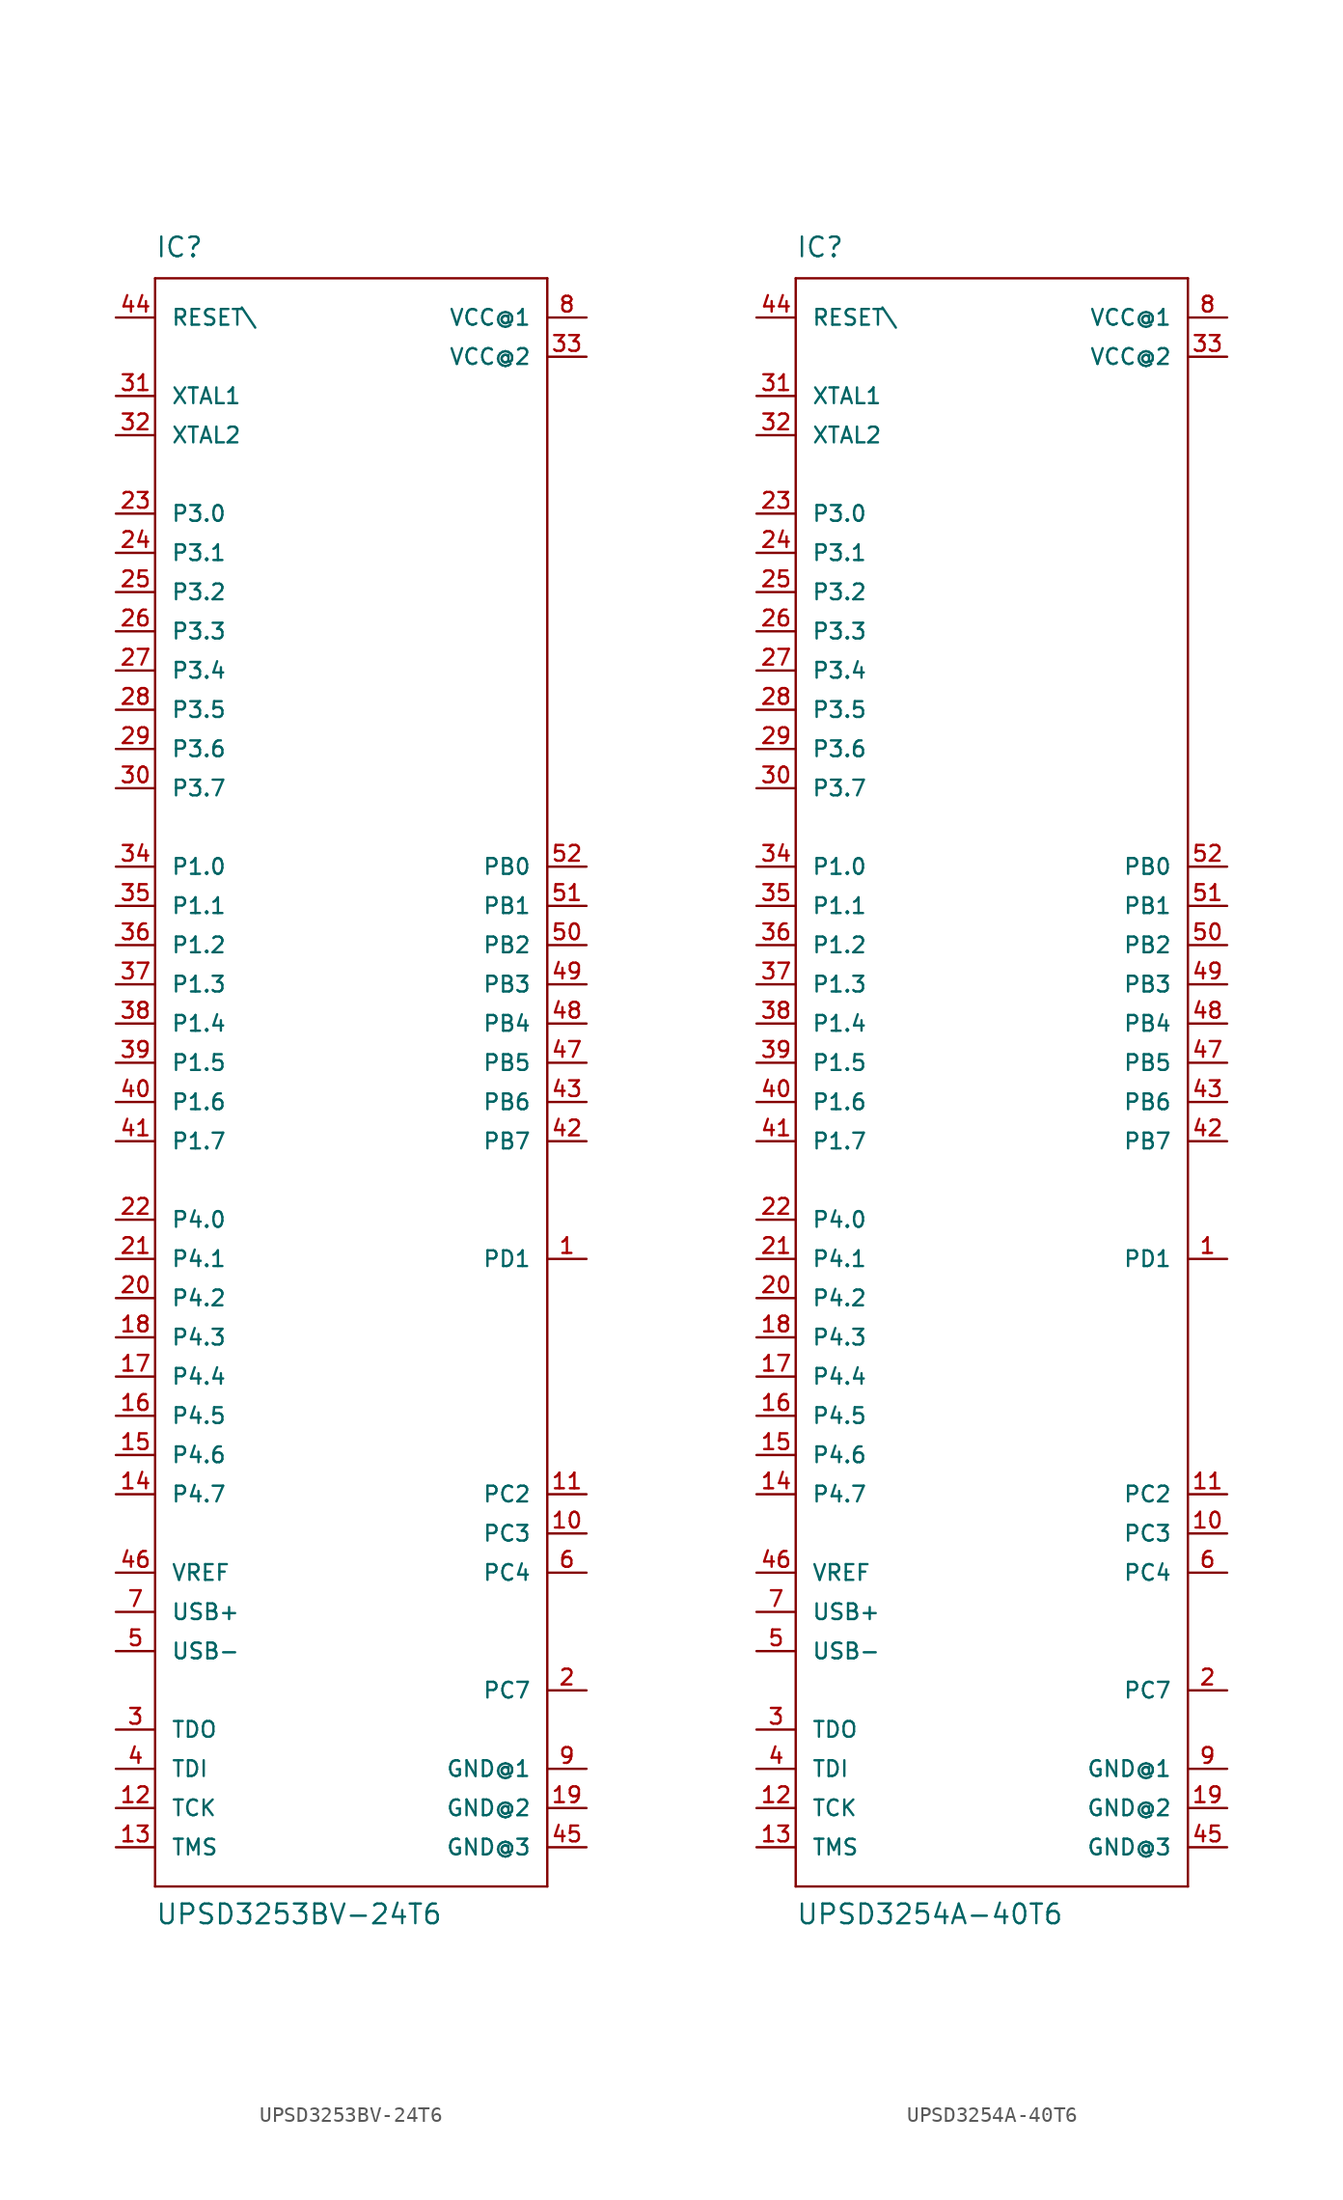
<source format=kicad_sym>
(kicad_symbol_lib
  (version 20211014)
  (generator kicad_symbol_editor)
  (symbol "UPSD3253BV-24T6"
    (pin_names
      (offset 1.016))
    (property "Reference" "IC"
      (at -12.7 52.07 0)
      (effects (font (size 1.27 1.27)) (justify left bottom)))
    (property "Value" "UPSD3253BV-24T6"
      (at -12.7 -55.88 0)
      (effects (font (size 1.27 1.27)) (justify left bottom)))
    (property "ki_locked" ""
      (at 0 0 0)
      (effects (font (size 1.27 1.27))))
    (symbol "UPSD3253BV-24T6_1_0"
      (polyline (pts (xy -12.7 -53.34) (xy -12.7 50.8)) (stroke (width 0) (type default) (color 0 0 0 0)) (fill (type none)))
      (polyline (pts (xy -12.7 50.8) (xy 12.7 50.8)) (stroke (width 0) (type default) (color 0 0 0 0)) (fill (type none)))
      (polyline (pts (xy 12.7 -53.34) (xy -12.7 -53.34)) (stroke (width 0) (type default) (color 0 0 0 0)) (fill (type none)))
      (polyline (pts (xy 12.7 50.8) (xy 12.7 -53.34)) (stroke (width 0) (type default) (color 0 0 0 0)) (fill (type none))))
    (symbol "UPSD3253BV-24T6_1_1"
      (pin bidirectional line (at 15.24 -12.7 180) (length 2.54) (name "PD1" (effects (font (size 1.016 1.016)))) (number "1" (effects (font (size 1.016 1.016)))))
      (pin bidirectional line (at 15.24 -30.48 180) (length 2.54) (name "PC3" (effects (font (size 1.016 1.016)))) (number "10" (effects (font (size 1.016 1.016)))))
      (pin bidirectional line (at 15.24 -27.94 180) (length 2.54) (name "PC2" (effects (font (size 1.016 1.016)))) (number "11" (effects (font (size 1.016 1.016)))))
      (pin input line (at -15.24 -48.26 0) (length 2.54) (name "TCK" (effects (font (size 1.016 1.016)))) (number "12" (effects (font (size 1.016 1.016)))))
      (pin input line (at -15.24 -50.8 0) (length 2.54) (name "TMS" (effects (font (size 1.016 1.016)))) (number "13" (effects (font (size 1.016 1.016)))))
      (pin bidirectional line (at -15.24 -27.94 0) (length 2.54) (name "P4.7" (effects (font (size 1.016 1.016)))) (number "14" (effects (font (size 1.016 1.016)))))
      (pin bidirectional line (at -15.24 -25.4 0) (length 2.54) (name "P4.6" (effects (font (size 1.016 1.016)))) (number "15" (effects (font (size 1.016 1.016)))))
      (pin bidirectional line (at -15.24 -22.86 0) (length 2.54) (name "P4.5" (effects (font (size 1.016 1.016)))) (number "16" (effects (font (size 1.016 1.016)))))
      (pin bidirectional line (at -15.24 -20.32 0) (length 2.54) (name "P4.4" (effects (font (size 1.016 1.016)))) (number "17" (effects (font (size 1.016 1.016)))))
      (pin bidirectional line (at -15.24 -17.78 0) (length 2.54) (name "P4.3" (effects (font (size 1.016 1.016)))) (number "18" (effects (font (size 1.016 1.016)))))
      (pin power_in line (at 15.24 -48.26 180) (length 2.54) (name "GND@2" (effects (font (size 1.016 1.016)))) (number "19" (effects (font (size 1.016 1.016)))))
      (pin bidirectional line (at 15.24 -40.64 180) (length 2.54) (name "PC7" (effects (font (size 1.016 1.016)))) (number "2" (effects (font (size 1.016 1.016)))))
      (pin bidirectional line (at -15.24 -15.24 0) (length 2.54) (name "P4.2" (effects (font (size 1.016 1.016)))) (number "20" (effects (font (size 1.016 1.016)))))
      (pin bidirectional line (at -15.24 -12.7 0) (length 2.54) (name "P4.1" (effects (font (size 1.016 1.016)))) (number "21" (effects (font (size 1.016 1.016)))))
      (pin bidirectional line (at -15.24 -10.16 0) (length 2.54) (name "P4.0" (effects (font (size 1.016 1.016)))) (number "22" (effects (font (size 1.016 1.016)))))
      (pin bidirectional line (at -15.24 35.56 0) (length 2.54) (name "P3.0" (effects (font (size 1.016 1.016)))) (number "23" (effects (font (size 1.016 1.016)))))
      (pin bidirectional line (at -15.24 33.02 0) (length 2.54) (name "P3.1" (effects (font (size 1.016 1.016)))) (number "24" (effects (font (size 1.016 1.016)))))
      (pin bidirectional line (at -15.24 30.48 0) (length 2.54) (name "P3.2" (effects (font (size 1.016 1.016)))) (number "25" (effects (font (size 1.016 1.016)))))
      (pin bidirectional line (at -15.24 27.94 0) (length 2.54) (name "P3.3" (effects (font (size 1.016 1.016)))) (number "26" (effects (font (size 1.016 1.016)))))
      (pin bidirectional line (at -15.24 25.4 0) (length 2.54) (name "P3.4" (effects (font (size 1.016 1.016)))) (number "27" (effects (font (size 1.016 1.016)))))
      (pin bidirectional line (at -15.24 22.86 0) (length 2.54) (name "P3.5" (effects (font (size 1.016 1.016)))) (number "28" (effects (font (size 1.016 1.016)))))
      (pin bidirectional line (at -15.24 20.32 0) (length 2.54) (name "P3.6" (effects (font (size 1.016 1.016)))) (number "29" (effects (font (size 1.016 1.016)))))
      (pin output line (at -15.24 -43.18 0) (length 2.54) (name "TDO" (effects (font (size 1.016 1.016)))) (number "3" (effects (font (size 1.016 1.016)))))
      (pin bidirectional line (at -15.24 17.78 0) (length 2.54) (name "P3.7" (effects (font (size 1.016 1.016)))) (number "30" (effects (font (size 1.016 1.016)))))
      (pin input line (at -15.24 43.18 0) (length 2.54) (name "XTAL1" (effects (font (size 1.016 1.016)))) (number "31" (effects (font (size 1.016 1.016)))))
      (pin output line (at -15.24 40.64 0) (length 2.54) (name "XTAL2" (effects (font (size 1.016 1.016)))) (number "32" (effects (font (size 1.016 1.016)))))
      (pin power_in line (at 15.24 45.72 180) (length 2.54) (name "VCC@2" (effects (font (size 1.016 1.016)))) (number "33" (effects (font (size 1.016 1.016)))))
      (pin bidirectional line (at -15.24 12.7 0) (length 2.54) (name "P1.0" (effects (font (size 1.016 1.016)))) (number "34" (effects (font (size 1.016 1.016)))))
      (pin bidirectional line (at -15.24 10.16 0) (length 2.54) (name "P1.1" (effects (font (size 1.016 1.016)))) (number "35" (effects (font (size 1.016 1.016)))))
      (pin bidirectional line (at -15.24 7.62 0) (length 2.54) (name "P1.2" (effects (font (size 1.016 1.016)))) (number "36" (effects (font (size 1.016 1.016)))))
      (pin bidirectional line (at -15.24 5.08 0) (length 2.54) (name "P1.3" (effects (font (size 1.016 1.016)))) (number "37" (effects (font (size 1.016 1.016)))))
      (pin bidirectional line (at -15.24 2.54 0) (length 2.54) (name "P1.4" (effects (font (size 1.016 1.016)))) (number "38" (effects (font (size 1.016 1.016)))))
      (pin bidirectional line (at -15.24 0 0) (length 2.54) (name "P1.5" (effects (font (size 1.016 1.016)))) (number "39" (effects (font (size 1.016 1.016)))))
      (pin input line (at -15.24 -45.72 0) (length 2.54) (name "TDI" (effects (font (size 1.016 1.016)))) (number "4" (effects (font (size 1.016 1.016)))))
      (pin bidirectional line (at -15.24 -2.54 0) (length 2.54) (name "P1.6" (effects (font (size 1.016 1.016)))) (number "40" (effects (font (size 1.016 1.016)))))
      (pin bidirectional line (at -15.24 -5.08 0) (length 2.54) (name "P1.7" (effects (font (size 1.016 1.016)))) (number "41" (effects (font (size 1.016 1.016)))))
      (pin bidirectional line (at 15.24 -5.08 180) (length 2.54) (name "PB7" (effects (font (size 1.016 1.016)))) (number "42" (effects (font (size 1.016 1.016)))))
      (pin bidirectional line (at 15.24 -2.54 180) (length 2.54) (name "PB6" (effects (font (size 1.016 1.016)))) (number "43" (effects (font (size 1.016 1.016)))))
      (pin input line (at -15.24 48.26 0) (length 2.54) (name "RESET\\" (effects (font (size 1.016 1.016)))) (number "44" (effects (font (size 1.016 1.016)))))
      (pin power_in line (at 15.24 -50.8 180) (length 2.54) (name "GND@3" (effects (font (size 1.016 1.016)))) (number "45" (effects (font (size 1.016 1.016)))))
      (pin output line (at -15.24 -33.02 0) (length 2.54) (name "VREF" (effects (font (size 1.016 1.016)))) (number "46" (effects (font (size 1.016 1.016)))))
      (pin bidirectional line (at 15.24 0 180) (length 2.54) (name "PB5" (effects (font (size 1.016 1.016)))) (number "47" (effects (font (size 1.016 1.016)))))
      (pin bidirectional line (at 15.24 2.54 180) (length 2.54) (name "PB4" (effects (font (size 1.016 1.016)))) (number "48" (effects (font (size 1.016 1.016)))))
      (pin bidirectional line (at 15.24 5.08 180) (length 2.54) (name "PB3" (effects (font (size 1.016 1.016)))) (number "49" (effects (font (size 1.016 1.016)))))
      (pin bidirectional line (at -15.24 -38.1 0) (length 2.54) (name "USB-" (effects (font (size 1.016 1.016)))) (number "5" (effects (font (size 1.016 1.016)))))
      (pin bidirectional line (at 15.24 7.62 180) (length 2.54) (name "PB2" (effects (font (size 1.016 1.016)))) (number "50" (effects (font (size 1.016 1.016)))))
      (pin bidirectional line (at 15.24 10.16 180) (length 2.54) (name "PB1" (effects (font (size 1.016 1.016)))) (number "51" (effects (font (size 1.016 1.016)))))
      (pin bidirectional line (at 15.24 12.7 180) (length 2.54) (name "PB0" (effects (font (size 1.016 1.016)))) (number "52" (effects (font (size 1.016 1.016)))))
      (pin bidirectional line (at 15.24 -33.02 180) (length 2.54) (name "PC4" (effects (font (size 1.016 1.016)))) (number "6" (effects (font (size 1.016 1.016)))))
      (pin bidirectional line (at -15.24 -35.56 0) (length 2.54) (name "USB+" (effects (font (size 1.016 1.016)))) (number "7" (effects (font (size 1.016 1.016)))))
      (pin power_in line (at 15.24 48.26 180) (length 2.54) (name "VCC@1" (effects (font (size 1.016 1.016)))) (number "8" (effects (font (size 1.016 1.016)))))
      (pin power_in line (at 15.24 -45.72 180) (length 2.54) (name "GND@1" (effects (font (size 1.016 1.016)))) (number "9" (effects (font (size 1.016 1.016)))))))
  (symbol "UPSD3254A-40T6"
    (pin_names
      (offset 1.016))
    (property "Reference" "IC"
      (at -12.7 52.07 0)
      (effects (font (size 1.27 1.27)) (justify left bottom)))
    (property "Value" "UPSD3254A-40T6"
      (at -12.7 -55.88 0)
      (effects (font (size 1.27 1.27)) (justify left bottom)))
    (property "ki_locked" ""
      (at 0 0 0)
      (effects (font (size 1.27 1.27))))
    (symbol "UPSD3254A-40T6_1_0"
      (polyline (pts (xy -12.7 -53.34) (xy -12.7 50.8)) (stroke (width 0) (type default) (color 0 0 0 0)) (fill (type none)))
      (polyline (pts (xy -12.7 50.8) (xy 12.7 50.8)) (stroke (width 0) (type default) (color 0 0 0 0)) (fill (type none)))
      (polyline (pts (xy 12.7 -53.34) (xy -12.7 -53.34)) (stroke (width 0) (type default) (color 0 0 0 0)) (fill (type none)))
      (polyline (pts (xy 12.7 50.8) (xy 12.7 -53.34)) (stroke (width 0) (type default) (color 0 0 0 0)) (fill (type none))))
    (symbol "UPSD3254A-40T6_1_1"
      (pin bidirectional line (at 15.24 -12.7 180) (length 2.54) (name "PD1" (effects (font (size 1.016 1.016)))) (number "1" (effects (font (size 1.016 1.016)))))
      (pin bidirectional line (at 15.24 -30.48 180) (length 2.54) (name "PC3" (effects (font (size 1.016 1.016)))) (number "10" (effects (font (size 1.016 1.016)))))
      (pin bidirectional line (at 15.24 -27.94 180) (length 2.54) (name "PC2" (effects (font (size 1.016 1.016)))) (number "11" (effects (font (size 1.016 1.016)))))
      (pin input line (at -15.24 -48.26 0) (length 2.54) (name "TCK" (effects (font (size 1.016 1.016)))) (number "12" (effects (font (size 1.016 1.016)))))
      (pin input line (at -15.24 -50.8 0) (length 2.54) (name "TMS" (effects (font (size 1.016 1.016)))) (number "13" (effects (font (size 1.016 1.016)))))
      (pin bidirectional line (at -15.24 -27.94 0) (length 2.54) (name "P4.7" (effects (font (size 1.016 1.016)))) (number "14" (effects (font (size 1.016 1.016)))))
      (pin bidirectional line (at -15.24 -25.4 0) (length 2.54) (name "P4.6" (effects (font (size 1.016 1.016)))) (number "15" (effects (font (size 1.016 1.016)))))
      (pin bidirectional line (at -15.24 -22.86 0) (length 2.54) (name "P4.5" (effects (font (size 1.016 1.016)))) (number "16" (effects (font (size 1.016 1.016)))))
      (pin bidirectional line (at -15.24 -20.32 0) (length 2.54) (name "P4.4" (effects (font (size 1.016 1.016)))) (number "17" (effects (font (size 1.016 1.016)))))
      (pin bidirectional line (at -15.24 -17.78 0) (length 2.54) (name "P4.3" (effects (font (size 1.016 1.016)))) (number "18" (effects (font (size 1.016 1.016)))))
      (pin power_in line (at 15.24 -48.26 180) (length 2.54) (name "GND@2" (effects (font (size 1.016 1.016)))) (number "19" (effects (font (size 1.016 1.016)))))
      (pin bidirectional line (at 15.24 -40.64 180) (length 2.54) (name "PC7" (effects (font (size 1.016 1.016)))) (number "2" (effects (font (size 1.016 1.016)))))
      (pin bidirectional line (at -15.24 -15.24 0) (length 2.54) (name "P4.2" (effects (font (size 1.016 1.016)))) (number "20" (effects (font (size 1.016 1.016)))))
      (pin bidirectional line (at -15.24 -12.7 0) (length 2.54) (name "P4.1" (effects (font (size 1.016 1.016)))) (number "21" (effects (font (size 1.016 1.016)))))
      (pin bidirectional line (at -15.24 -10.16 0) (length 2.54) (name "P4.0" (effects (font (size 1.016 1.016)))) (number "22" (effects (font (size 1.016 1.016)))))
      (pin bidirectional line (at -15.24 35.56 0) (length 2.54) (name "P3.0" (effects (font (size 1.016 1.016)))) (number "23" (effects (font (size 1.016 1.016)))))
      (pin bidirectional line (at -15.24 33.02 0) (length 2.54) (name "P3.1" (effects (font (size 1.016 1.016)))) (number "24" (effects (font (size 1.016 1.016)))))
      (pin bidirectional line (at -15.24 30.48 0) (length 2.54) (name "P3.2" (effects (font (size 1.016 1.016)))) (number "25" (effects (font (size 1.016 1.016)))))
      (pin bidirectional line (at -15.24 27.94 0) (length 2.54) (name "P3.3" (effects (font (size 1.016 1.016)))) (number "26" (effects (font (size 1.016 1.016)))))
      (pin bidirectional line (at -15.24 25.4 0) (length 2.54) (name "P3.4" (effects (font (size 1.016 1.016)))) (number "27" (effects (font (size 1.016 1.016)))))
      (pin bidirectional line (at -15.24 22.86 0) (length 2.54) (name "P3.5" (effects (font (size 1.016 1.016)))) (number "28" (effects (font (size 1.016 1.016)))))
      (pin bidirectional line (at -15.24 20.32 0) (length 2.54) (name "P3.6" (effects (font (size 1.016 1.016)))) (number "29" (effects (font (size 1.016 1.016)))))
      (pin output line (at -15.24 -43.18 0) (length 2.54) (name "TDO" (effects (font (size 1.016 1.016)))) (number "3" (effects (font (size 1.016 1.016)))))
      (pin bidirectional line (at -15.24 17.78 0) (length 2.54) (name "P3.7" (effects (font (size 1.016 1.016)))) (number "30" (effects (font (size 1.016 1.016)))))
      (pin input line (at -15.24 43.18 0) (length 2.54) (name "XTAL1" (effects (font (size 1.016 1.016)))) (number "31" (effects (font (size 1.016 1.016)))))
      (pin output line (at -15.24 40.64 0) (length 2.54) (name "XTAL2" (effects (font (size 1.016 1.016)))) (number "32" (effects (font (size 1.016 1.016)))))
      (pin power_in line (at 15.24 45.72 180) (length 2.54) (name "VCC@2" (effects (font (size 1.016 1.016)))) (number "33" (effects (font (size 1.016 1.016)))))
      (pin bidirectional line (at -15.24 12.7 0) (length 2.54) (name "P1.0" (effects (font (size 1.016 1.016)))) (number "34" (effects (font (size 1.016 1.016)))))
      (pin bidirectional line (at -15.24 10.16 0) (length 2.54) (name "P1.1" (effects (font (size 1.016 1.016)))) (number "35" (effects (font (size 1.016 1.016)))))
      (pin bidirectional line (at -15.24 7.62 0) (length 2.54) (name "P1.2" (effects (font (size 1.016 1.016)))) (number "36" (effects (font (size 1.016 1.016)))))
      (pin bidirectional line (at -15.24 5.08 0) (length 2.54) (name "P1.3" (effects (font (size 1.016 1.016)))) (number "37" (effects (font (size 1.016 1.016)))))
      (pin bidirectional line (at -15.24 2.54 0) (length 2.54) (name "P1.4" (effects (font (size 1.016 1.016)))) (number "38" (effects (font (size 1.016 1.016)))))
      (pin bidirectional line (at -15.24 0 0) (length 2.54) (name "P1.5" (effects (font (size 1.016 1.016)))) (number "39" (effects (font (size 1.016 1.016)))))
      (pin input line (at -15.24 -45.72 0) (length 2.54) (name "TDI" (effects (font (size 1.016 1.016)))) (number "4" (effects (font (size 1.016 1.016)))))
      (pin bidirectional line (at -15.24 -2.54 0) (length 2.54) (name "P1.6" (effects (font (size 1.016 1.016)))) (number "40" (effects (font (size 1.016 1.016)))))
      (pin bidirectional line (at -15.24 -5.08 0) (length 2.54) (name "P1.7" (effects (font (size 1.016 1.016)))) (number "41" (effects (font (size 1.016 1.016)))))
      (pin bidirectional line (at 15.24 -5.08 180) (length 2.54) (name "PB7" (effects (font (size 1.016 1.016)))) (number "42" (effects (font (size 1.016 1.016)))))
      (pin bidirectional line (at 15.24 -2.54 180) (length 2.54) (name "PB6" (effects (font (size 1.016 1.016)))) (number "43" (effects (font (size 1.016 1.016)))))
      (pin input line (at -15.24 48.26 0) (length 2.54) (name "RESET\\" (effects (font (size 1.016 1.016)))) (number "44" (effects (font (size 1.016 1.016)))))
      (pin power_in line (at 15.24 -50.8 180) (length 2.54) (name "GND@3" (effects (font (size 1.016 1.016)))) (number "45" (effects (font (size 1.016 1.016)))))
      (pin output line (at -15.24 -33.02 0) (length 2.54) (name "VREF" (effects (font (size 1.016 1.016)))) (number "46" (effects (font (size 1.016 1.016)))))
      (pin bidirectional line (at 15.24 0 180) (length 2.54) (name "PB5" (effects (font (size 1.016 1.016)))) (number "47" (effects (font (size 1.016 1.016)))))
      (pin bidirectional line (at 15.24 2.54 180) (length 2.54) (name "PB4" (effects (font (size 1.016 1.016)))) (number "48" (effects (font (size 1.016 1.016)))))
      (pin bidirectional line (at 15.24 5.08 180) (length 2.54) (name "PB3" (effects (font (size 1.016 1.016)))) (number "49" (effects (font (size 1.016 1.016)))))
      (pin bidirectional line (at -15.24 -38.1 0) (length 2.54) (name "USB-" (effects (font (size 1.016 1.016)))) (number "5" (effects (font (size 1.016 1.016)))))
      (pin bidirectional line (at 15.24 7.62 180) (length 2.54) (name "PB2" (effects (font (size 1.016 1.016)))) (number "50" (effects (font (size 1.016 1.016)))))
      (pin bidirectional line (at 15.24 10.16 180) (length 2.54) (name "PB1" (effects (font (size 1.016 1.016)))) (number "51" (effects (font (size 1.016 1.016)))))
      (pin bidirectional line (at 15.24 12.7 180) (length 2.54) (name "PB0" (effects (font (size 1.016 1.016)))) (number "52" (effects (font (size 1.016 1.016)))))
      (pin bidirectional line (at 15.24 -33.02 180) (length 2.54) (name "PC4" (effects (font (size 1.016 1.016)))) (number "6" (effects (font (size 1.016 1.016)))))
      (pin bidirectional line (at -15.24 -35.56 0) (length 2.54) (name "USB+" (effects (font (size 1.016 1.016)))) (number "7" (effects (font (size 1.016 1.016)))))
      (pin power_in line (at 15.24 48.26 180) (length 2.54) (name "VCC@1" (effects (font (size 1.016 1.016)))) (number "8" (effects (font (size 1.016 1.016)))))
      (pin power_in line (at 15.24 -45.72 180) (length 2.54) (name "GND@1" (effects (font (size 1.016 1.016)))) (number "9" (effects (font (size 1.016 1.016))))))))
</source>
